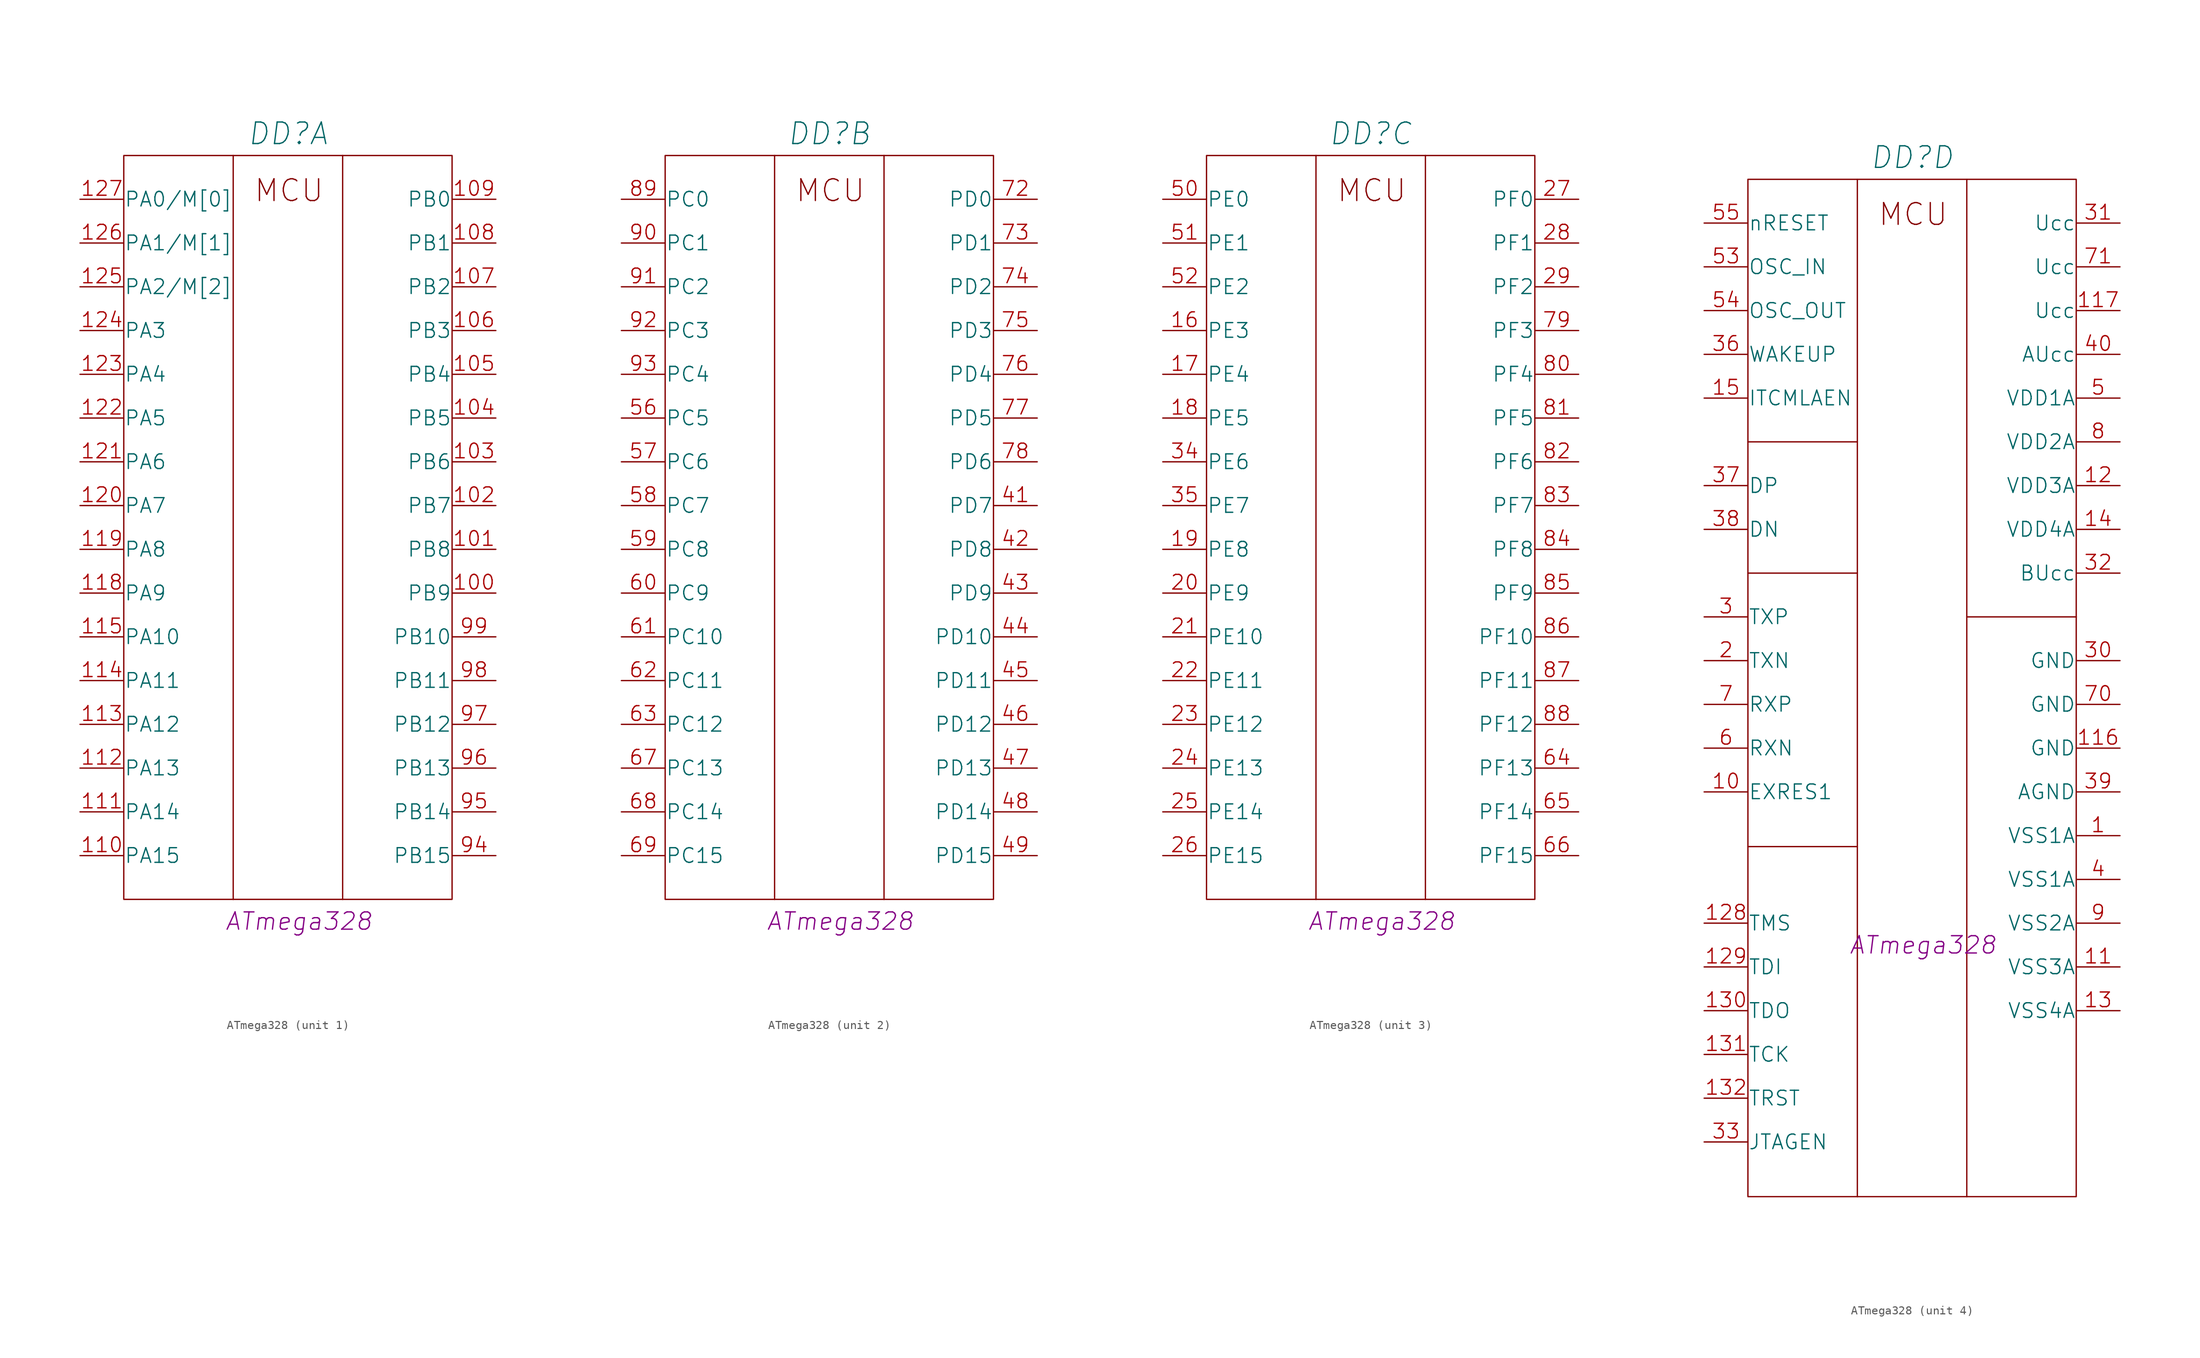
<source format=kicad_sym>
(kicad_symbol_lib
  (version 20201005)
  (generator kicad_symbol_editor)
  (symbol "power_modules:ATmega328"
    (pin_names
      (offset 0.025))
    (property "Reference" "DD"
      (at 24.13 7.62 0)
      (effects (font (size 2.501 2.501) italic)))
    (property "ValueName" "ATmega328"
      (at 25.4 -83.82 0)
      (effects (font (size 2.007 2.007) italic)))
    (property "ki_locked" ""
      (at 0 0 0)
      (effects (font (size 1.27 1.27))))
    (symbol "ATmega328_0_0"
      (text "MCU" (at 24.257 1.016 0) (effects (font (size 2.527 2.527)))))
    (symbol "ATmega328_1_1"
      (rectangle (start 5.08 -81.28) (end 43.18 5.08) (stroke (width 0)) (fill (type none)))
      (polyline (pts (xy 30.48 5.08) (xy 30.48 -81.28)) (stroke (width 0)) (fill (type none)))
      (polyline (pts (xy 17.78 5.08) (xy 17.78 -17.78) (xy 17.78 -74.93) (xy 17.78 -81.28)) (stroke (width 0)) (fill (type none)))
      (pin bidirectional line (at 48.26 -45.72 180) (length 5.08) (name "PB9" (effects (font (size 1.702 1.702)))) (number "100" (effects (font (size 1.702 1.702)))))
      (pin bidirectional line (at 48.26 -40.64 180) (length 5.08) (name "PB8" (effects (font (size 1.702 1.702)))) (number "101" (effects (font (size 1.702 1.702)))))
      (pin bidirectional line (at 48.26 -35.56 180) (length 5.08) (name "PB7" (effects (font (size 1.702 1.702)))) (number "102" (effects (font (size 1.702 1.702)))))
      (pin bidirectional line (at 48.26 -30.48 180) (length 5.08) (name "PB6" (effects (font (size 1.702 1.702)))) (number "103" (effects (font (size 1.702 1.702)))))
      (pin bidirectional line (at 48.26 -25.4 180) (length 5.08) (name "PB5" (effects (font (size 1.702 1.702)))) (number "104" (effects (font (size 1.702 1.702)))))
      (pin bidirectional line (at 48.26 -20.32 180) (length 5.08) (name "PB4" (effects (font (size 1.702 1.702)))) (number "105" (effects (font (size 1.702 1.702)))))
      (pin bidirectional line (at 48.26 -15.24 180) (length 5.08) (name "PB3" (effects (font (size 1.702 1.702)))) (number "106" (effects (font (size 1.702 1.702)))))
      (pin bidirectional line (at 48.26 -10.16 180) (length 5.08) (name "PB2" (effects (font (size 1.702 1.702)))) (number "107" (effects (font (size 1.702 1.702)))))
      (pin bidirectional line (at 48.26 -5.08 180) (length 5.08) (name "PB1" (effects (font (size 1.702 1.702)))) (number "108" (effects (font (size 1.702 1.702)))))
      (pin bidirectional line (at 48.26 0 180) (length 5.08) (name "PB0" (effects (font (size 1.702 1.702)))) (number "109" (effects (font (size 1.702 1.702)))))
      (pin bidirectional line (at 0 -76.2 0) (length 5.08) (name "PA15" (effects (font (size 1.702 1.702)))) (number "110" (effects (font (size 1.702 1.702)))))
      (pin bidirectional line (at 0 -71.12 0) (length 5.08) (name "PA14" (effects (font (size 1.702 1.702)))) (number "111" (effects (font (size 1.702 1.702)))))
      (pin bidirectional line (at 0 -66.04 0) (length 5.08) (name "PA13" (effects (font (size 1.702 1.702)))) (number "112" (effects (font (size 1.702 1.702)))))
      (pin bidirectional line (at 0 -60.96 0) (length 5.08) (name "PA12" (effects (font (size 1.702 1.702)))) (number "113" (effects (font (size 1.702 1.702)))))
      (pin bidirectional line (at 0 -55.88 0) (length 5.08) (name "PA11" (effects (font (size 1.702 1.702)))) (number "114" (effects (font (size 1.702 1.702)))))
      (pin bidirectional line (at 0 -50.8 0) (length 5.08) (name "PA10" (effects (font (size 1.702 1.702)))) (number "115" (effects (font (size 1.702 1.702)))))
      (pin bidirectional line (at 0 -45.72 0) (length 5.08) (name "PA9" (effects (font (size 1.702 1.702)))) (number "118" (effects (font (size 1.702 1.702)))))
      (pin bidirectional line (at 0 -40.64 0) (length 5.08) (name "PA8" (effects (font (size 1.702 1.702)))) (number "119" (effects (font (size 1.702 1.702)))))
      (pin bidirectional line (at 0 -35.56 0) (length 5.08) (name "PA7" (effects (font (size 1.702 1.702)))) (number "120" (effects (font (size 1.702 1.702)))))
      (pin bidirectional line (at 0 -30.48 0) (length 5.08) (name "PA6" (effects (font (size 1.702 1.702)))) (number "121" (effects (font (size 1.702 1.702)))))
      (pin bidirectional line (at 0 -25.4 0) (length 5.08) (name "PA5" (effects (font (size 1.702 1.702)))) (number "122" (effects (font (size 1.702 1.702)))))
      (pin bidirectional line (at 0 -20.32 0) (length 5.08) (name "PA4" (effects (font (size 1.702 1.702)))) (number "123" (effects (font (size 1.702 1.702)))))
      (pin bidirectional line (at 0 -15.24 0) (length 5.08) (name "PA3" (effects (font (size 1.702 1.702)))) (number "124" (effects (font (size 1.702 1.702)))))
      (pin bidirectional line (at 0 -10.16 0) (length 5.08) (name "PA2/M[2]" (effects (font (size 1.702 1.702)))) (number "125" (effects (font (size 1.702 1.702)))))
      (pin bidirectional line (at 0 -5.08 0) (length 5.08) (name "PA1/M[1]" (effects (font (size 1.702 1.702)))) (number "126" (effects (font (size 1.702 1.702)))))
      (pin bidirectional line (at 0 0 0) (length 5.08) (name "PA0/M[0]" (effects (font (size 1.702 1.702)))) (number "127" (effects (font (size 1.702 1.702)))))
      (pin bidirectional line (at 48.26 -76.2 180) (length 5.08) (name "PB15" (effects (font (size 1.702 1.702)))) (number "94" (effects (font (size 1.702 1.702)))))
      (pin bidirectional line (at 48.26 -71.12 180) (length 5.08) (name "PB14" (effects (font (size 1.702 1.702)))) (number "95" (effects (font (size 1.702 1.702)))))
      (pin bidirectional line (at 48.26 -66.04 180) (length 5.08) (name "PB13" (effects (font (size 1.702 1.702)))) (number "96" (effects (font (size 1.702 1.702)))))
      (pin bidirectional line (at 48.26 -60.96 180) (length 5.08) (name "PB12" (effects (font (size 1.702 1.702)))) (number "97" (effects (font (size 1.702 1.702)))))
      (pin bidirectional line (at 48.26 -55.88 180) (length 5.08) (name "PB11" (effects (font (size 1.702 1.702)))) (number "98" (effects (font (size 1.702 1.702)))))
      (pin bidirectional line (at 48.26 -50.8 180) (length 5.08) (name "PB10" (effects (font (size 1.702 1.702)))) (number "99" (effects (font (size 1.702 1.702))))))
    (symbol "ATmega328_2_1"
      (rectangle (start 5.08 -81.28) (end 43.18 5.08) (stroke (width 0)) (fill (type none)))
      (polyline (pts (xy 30.48 5.08) (xy 30.48 -81.28)) (stroke (width 0)) (fill (type none)))
      (polyline (pts (xy 17.78 5.08) (xy 17.78 -74.93) (xy 17.78 -81.28)) (stroke (width 0)) (fill (type none)))
      (pin bidirectional line (at 48.26 -35.56 180) (length 5.08) (name "PD7" (effects (font (size 1.702 1.702)))) (number "41" (effects (font (size 1.702 1.702)))))
      (pin bidirectional line (at 48.26 -40.64 180) (length 5.08) (name "PD8" (effects (font (size 1.702 1.702)))) (number "42" (effects (font (size 1.702 1.702)))))
      (pin bidirectional line (at 48.26 -45.72 180) (length 5.08) (name "PD9" (effects (font (size 1.702 1.702)))) (number "43" (effects (font (size 1.702 1.702)))))
      (pin bidirectional line (at 48.26 -50.8 180) (length 5.08) (name "PD10" (effects (font (size 1.702 1.702)))) (number "44" (effects (font (size 1.702 1.702)))))
      (pin bidirectional line (at 48.26 -55.88 180) (length 5.08) (name "PD11" (effects (font (size 1.702 1.702)))) (number "45" (effects (font (size 1.702 1.702)))))
      (pin bidirectional line (at 48.26 -60.96 180) (length 5.08) (name "PD12" (effects (font (size 1.702 1.702)))) (number "46" (effects (font (size 1.702 1.702)))))
      (pin bidirectional line (at 48.26 -66.04 180) (length 5.08) (name "PD13" (effects (font (size 1.702 1.702)))) (number "47" (effects (font (size 1.702 1.702)))))
      (pin bidirectional line (at 48.26 -71.12 180) (length 5.08) (name "PD14" (effects (font (size 1.702 1.702)))) (number "48" (effects (font (size 1.702 1.702)))))
      (pin bidirectional line (at 48.26 -76.2 180) (length 5.08) (name "PD15" (effects (font (size 1.702 1.702)))) (number "49" (effects (font (size 1.702 1.702)))))
      (pin bidirectional line (at 0 -25.4 0) (length 5.08) (name "PC5" (effects (font (size 1.702 1.702)))) (number "56" (effects (font (size 1.702 1.702)))))
      (pin bidirectional line (at 0 -30.48 0) (length 5.08) (name "PC6" (effects (font (size 1.702 1.702)))) (number "57" (effects (font (size 1.702 1.702)))))
      (pin bidirectional line (at 0 -35.56 0) (length 5.08) (name "PC7" (effects (font (size 1.702 1.702)))) (number "58" (effects (font (size 1.702 1.702)))))
      (pin bidirectional line (at 0 -40.64 0) (length 5.08) (name "PC8" (effects (font (size 1.702 1.702)))) (number "59" (effects (font (size 1.702 1.702)))))
      (pin bidirectional line (at 0 -45.72 0) (length 5.08) (name "PC9" (effects (font (size 1.702 1.702)))) (number "60" (effects (font (size 1.702 1.702)))))
      (pin bidirectional line (at 0 -50.8 0) (length 5.08) (name "PC10" (effects (font (size 1.702 1.702)))) (number "61" (effects (font (size 1.702 1.702)))))
      (pin bidirectional line (at 0 -55.88 0) (length 5.08) (name "PC11" (effects (font (size 1.702 1.702)))) (number "62" (effects (font (size 1.702 1.702)))))
      (pin bidirectional line (at 0 -60.96 0) (length 5.08) (name "PC12" (effects (font (size 1.702 1.702)))) (number "63" (effects (font (size 1.702 1.702)))))
      (pin bidirectional line (at 0 -66.04 0) (length 5.08) (name "PC13" (effects (font (size 1.702 1.702)))) (number "67" (effects (font (size 1.702 1.702)))))
      (pin bidirectional line (at 0 -71.12 0) (length 5.08) (name "PC14" (effects (font (size 1.702 1.702)))) (number "68" (effects (font (size 1.702 1.702)))))
      (pin bidirectional line (at 0 -76.2 0) (length 5.08) (name "PC15" (effects (font (size 1.702 1.702)))) (number "69" (effects (font (size 1.702 1.702)))))
      (pin bidirectional line (at 48.26 0 180) (length 5.08) (name "PD0" (effects (font (size 1.702 1.702)))) (number "72" (effects (font (size 1.702 1.702)))))
      (pin bidirectional line (at 48.26 -5.08 180) (length 5.08) (name "PD1" (effects (font (size 1.702 1.702)))) (number "73" (effects (font (size 1.702 1.702)))))
      (pin bidirectional line (at 48.26 -10.16 180) (length 5.08) (name "PD2" (effects (font (size 1.702 1.702)))) (number "74" (effects (font (size 1.702 1.702)))))
      (pin bidirectional line (at 48.26 -15.24 180) (length 5.08) (name "PD3" (effects (font (size 1.702 1.702)))) (number "75" (effects (font (size 1.702 1.702)))))
      (pin bidirectional line (at 48.26 -20.32 180) (length 5.08) (name "PD4" (effects (font (size 1.702 1.702)))) (number "76" (effects (font (size 1.702 1.702)))))
      (pin bidirectional line (at 48.26 -25.4 180) (length 5.08) (name "PD5" (effects (font (size 1.702 1.702)))) (number "77" (effects (font (size 1.702 1.702)))))
      (pin bidirectional line (at 48.26 -30.48 180) (length 5.08) (name "PD6" (effects (font (size 1.702 1.702)))) (number "78" (effects (font (size 1.702 1.702)))))
      (pin bidirectional line (at 0 0 0) (length 5.08) (name "PC0" (effects (font (size 1.702 1.702)))) (number "89" (effects (font (size 1.702 1.702)))))
      (pin bidirectional line (at 0 -5.08 0) (length 5.08) (name "PC1" (effects (font (size 1.702 1.702)))) (number "90" (effects (font (size 1.702 1.702)))))
      (pin bidirectional line (at 0 -10.16 0) (length 5.08) (name "PC2" (effects (font (size 1.702 1.702)))) (number "91" (effects (font (size 1.702 1.702)))))
      (pin bidirectional line (at 0 -15.24 0) (length 5.08) (name "PC3" (effects (font (size 1.702 1.702)))) (number "92" (effects (font (size 1.702 1.702)))))
      (pin bidirectional line (at 0 -20.32 0) (length 5.08) (name "PC4" (effects (font (size 1.702 1.702)))) (number "93" (effects (font (size 1.702 1.702))))))
    (symbol "ATmega328_3_1"
      (rectangle (start 5.08 -81.28) (end 43.18 5.08) (stroke (width 0)) (fill (type none)))
      (polyline (pts (xy 30.48 5.08) (xy 30.48 -81.28)) (stroke (width 0)) (fill (type none)))
      (polyline (pts (xy 17.78 5.08) (xy 17.78 -55.88) (xy 17.78 -81.28)) (stroke (width 0)) (fill (type none)))
      (pin bidirectional line (at 0 -15.24 0) (length 5.08) (name "PE3" (effects (font (size 1.702 1.702)))) (number "16" (effects (font (size 1.702 1.702)))))
      (pin bidirectional line (at 0 -20.32 0) (length 5.08) (name "PE4" (effects (font (size 1.702 1.702)))) (number "17" (effects (font (size 1.702 1.702)))))
      (pin bidirectional line (at 0 -25.4 0) (length 5.08) (name "PE5" (effects (font (size 1.702 1.702)))) (number "18" (effects (font (size 1.702 1.702)))))
      (pin bidirectional line (at 0 -40.64 0) (length 5.08) (name "PE8" (effects (font (size 1.702 1.702)))) (number "19" (effects (font (size 1.702 1.702)))))
      (pin bidirectional line (at 0 -45.72 0) (length 5.08) (name "PE9" (effects (font (size 1.702 1.702)))) (number "20" (effects (font (size 1.702 1.702)))))
      (pin bidirectional line (at 0 -50.8 0) (length 5.08) (name "PE10" (effects (font (size 1.702 1.702)))) (number "21" (effects (font (size 1.702 1.702)))))
      (pin bidirectional line (at 0 -55.88 0) (length 5.08) (name "PE11" (effects (font (size 1.702 1.702)))) (number "22" (effects (font (size 1.702 1.702)))))
      (pin bidirectional line (at 0 -60.96 0) (length 5.08) (name "PE12" (effects (font (size 1.702 1.702)))) (number "23" (effects (font (size 1.702 1.702)))))
      (pin bidirectional line (at 0 -66.04 0) (length 5.08) (name "PE13" (effects (font (size 1.702 1.702)))) (number "24" (effects (font (size 1.702 1.702)))))
      (pin bidirectional line (at 0 -71.12 0) (length 5.08) (name "PE14" (effects (font (size 1.702 1.702)))) (number "25" (effects (font (size 1.702 1.702)))))
      (pin bidirectional line (at 0 -76.2 0) (length 5.08) (name "PE15" (effects (font (size 1.702 1.702)))) (number "26" (effects (font (size 1.702 1.702)))))
      (pin bidirectional line (at 48.26 0 180) (length 5.08) (name "PF0" (effects (font (size 1.702 1.702)))) (number "27" (effects (font (size 1.702 1.702)))))
      (pin bidirectional line (at 48.26 -5.08 180) (length 5.08) (name "PF1" (effects (font (size 1.702 1.702)))) (number "28" (effects (font (size 1.702 1.702)))))
      (pin bidirectional line (at 48.26 -10.16 180) (length 5.08) (name "PF2" (effects (font (size 1.702 1.702)))) (number "29" (effects (font (size 1.702 1.702)))))
      (pin bidirectional line (at 0 -30.48 0) (length 5.08) (name "PE6" (effects (font (size 1.702 1.702)))) (number "34" (effects (font (size 1.702 1.702)))))
      (pin bidirectional line (at 0 -35.56 0) (length 5.08) (name "PE7" (effects (font (size 1.702 1.702)))) (number "35" (effects (font (size 1.702 1.702)))))
      (pin bidirectional line (at 0 0 0) (length 5.08) (name "PE0" (effects (font (size 1.702 1.702)))) (number "50" (effects (font (size 1.702 1.702)))))
      (pin bidirectional line (at 0 -5.08 0) (length 5.08) (name "PE1" (effects (font (size 1.702 1.702)))) (number "51" (effects (font (size 1.702 1.702)))))
      (pin bidirectional line (at 0 -10.16 0) (length 5.08) (name "PE2" (effects (font (size 1.702 1.702)))) (number "52" (effects (font (size 1.702 1.702)))))
      (pin bidirectional line (at 48.26 -66.04 180) (length 5.08) (name "PF13" (effects (font (size 1.702 1.702)))) (number "64" (effects (font (size 1.702 1.702)))))
      (pin bidirectional line (at 48.26 -71.12 180) (length 5.08) (name "PF14" (effects (font (size 1.702 1.702)))) (number "65" (effects (font (size 1.702 1.702)))))
      (pin bidirectional line (at 48.26 -76.2 180) (length 5.08) (name "PF15" (effects (font (size 1.702 1.702)))) (number "66" (effects (font (size 1.702 1.702)))))
      (pin bidirectional line (at 48.26 -15.24 180) (length 5.08) (name "PF3" (effects (font (size 1.702 1.702)))) (number "79" (effects (font (size 1.702 1.702)))))
      (pin bidirectional line (at 48.26 -20.32 180) (length 5.08) (name "PF4" (effects (font (size 1.702 1.702)))) (number "80" (effects (font (size 1.702 1.702)))))
      (pin bidirectional line (at 48.26 -25.4 180) (length 5.08) (name "PF5" (effects (font (size 1.702 1.702)))) (number "81" (effects (font (size 1.702 1.702)))))
      (pin bidirectional line (at 48.26 -30.48 180) (length 5.08) (name "PF6" (effects (font (size 1.702 1.702)))) (number "82" (effects (font (size 1.702 1.702)))))
      (pin bidirectional line (at 48.26 -35.56 180) (length 5.08) (name "PF7" (effects (font (size 1.702 1.702)))) (number "83" (effects (font (size 1.702 1.702)))))
      (pin bidirectional line (at 48.26 -40.64 180) (length 5.08) (name "PF8" (effects (font (size 1.702 1.702)))) (number "84" (effects (font (size 1.702 1.702)))))
      (pin bidirectional line (at 48.26 -45.72 180) (length 5.08) (name "PF9" (effects (font (size 1.702 1.702)))) (number "85" (effects (font (size 1.702 1.702)))))
      (pin bidirectional line (at 48.26 -50.8 180) (length 5.08) (name "PF10" (effects (font (size 1.702 1.702)))) (number "86" (effects (font (size 1.702 1.702)))))
      (pin bidirectional line (at 48.26 -55.88 180) (length 5.08) (name "PF11" (effects (font (size 1.702 1.702)))) (number "87" (effects (font (size 1.702 1.702)))))
      (pin bidirectional line (at 48.26 -60.96 180) (length 5.08) (name "PF12" (effects (font (size 1.702 1.702)))) (number "88" (effects (font (size 1.702 1.702))))))
    (symbol "ATmega328_4_1"
      (rectangle (start 5.08 -113.03) (end 43.18 5.08) (stroke (width 0)) (fill (type none)))
      (polyline (pts (xy 5.08 -72.39) (xy 17.78 -72.39)) (stroke (width 0)) (fill (type none)))
      (polyline (pts (xy 5.08 -40.64) (xy 17.78 -40.64)) (stroke (width 0)) (fill (type none)))
      (polyline (pts (xy 5.08 -25.4) (xy 17.78 -25.4)) (stroke (width 0)) (fill (type none)))
      (polyline (pts (xy 30.48 -45.72) (xy 43.18 -45.72)) (stroke (width 0)) (fill (type none)))
      (polyline (pts (xy 30.48 5.08) (xy 30.48 -113.03)) (stroke (width 0)) (fill (type none)))
      (polyline (pts (xy 17.78 5.08) (xy 17.78 -67.31) (xy 17.78 -113.03)) (stroke (width 0)) (fill (type none)))
      (pin power_in line (at 48.26 -71.12 180) (length 5.08) (name "VSS1A" (effects (font (size 1.702 1.702)))) (number "1" (effects (font (size 1.702 1.702)))))
      (pin bidirectional line (at 0 -66.04 0) (length 5.08) (name "EXRES1" (effects (font (size 1.702 1.702)))) (number "10" (effects (font (size 1.702 1.702)))))
      (pin power_in line (at 48.26 -86.36 180) (length 5.08) (name "VSS3A" (effects (font (size 1.702 1.702)))) (number "11" (effects (font (size 1.702 1.702)))))
      (pin power_in line (at 48.26 -60.96 180) (length 5.08) (name "GND" (effects (font (size 1.702 1.702)))) (number "116" (effects (font (size 1.702 1.702)))))
      (pin power_in line (at 48.26 -10.16 180) (length 5.08) (name "Ucc" (effects (font (size 1.702 1.702)))) (number "117" (effects (font (size 1.702 1.702)))))
      (pin power_in line (at 48.26 -30.48 180) (length 5.08) (name "VDD3A" (effects (font (size 1.702 1.702)))) (number "12" (effects (font (size 1.702 1.702)))))
      (pin bidirectional line (at 0 -81.28 0) (length 5.08) (name "TMS" (effects (font (size 1.702 1.702)))) (number "128" (effects (font (size 1.702 1.702)))))
      (pin bidirectional line (at 0 -86.36 0) (length 5.08) (name "TDI" (effects (font (size 1.702 1.702)))) (number "129" (effects (font (size 1.702 1.702)))))
      (pin power_out line (at 48.26 -91.44 180) (length 5.08) (name "VSS4A" (effects (font (size 1.702 1.702)))) (number "13" (effects (font (size 1.702 1.702)))))
      (pin bidirectional line (at 0 -91.44 0) (length 5.08) (name "TDO" (effects (font (size 1.702 1.702)))) (number "130" (effects (font (size 1.702 1.702)))))
      (pin bidirectional line (at 0 -96.52 0) (length 5.08) (name "TCK" (effects (font (size 1.702 1.702)))) (number "131" (effects (font (size 1.702 1.702)))))
      (pin bidirectional line (at 0 -101.6 0) (length 5.08) (name "TRST" (effects (font (size 1.702 1.702)))) (number "132" (effects (font (size 1.702 1.702)))))
      (pin power_in line (at 48.26 -35.56 180) (length 5.08) (name "VDD4A" (effects (font (size 1.702 1.702)))) (number "14" (effects (font (size 1.702 1.702)))))
      (pin bidirectional line (at 0 -20.32 0) (length 5.08) (name "ITCMLAEN" (effects (font (size 1.702 1.702)))) (number "15" (effects (font (size 1.702 1.702)))))
      (pin bidirectional line (at 0 -50.8 0) (length 5.08) (name "TXN" (effects (font (size 1.702 1.702)))) (number "2" (effects (font (size 1.702 1.702)))))
      (pin bidirectional line (at 0 -45.72 0) (length 5.08) (name "TXP" (effects (font (size 1.702 1.702)))) (number "3" (effects (font (size 1.702 1.702)))))
      (pin power_in line (at 48.26 -50.8 180) (length 5.08) (name "GND" (effects (font (size 1.702 1.702)))) (number "30" (effects (font (size 1.702 1.702)))))
      (pin power_in line (at 48.26 0 180) (length 5.08) (name "Ucc" (effects (font (size 1.702 1.702)))) (number "31" (effects (font (size 1.702 1.702)))))
      (pin power_in line (at 48.26 -40.64 180) (length 5.08) (name "BUcc" (effects (font (size 1.702 1.702)))) (number "32" (effects (font (size 1.702 1.702)))))
      (pin bidirectional line (at 0 -106.68 0) (length 5.08) (name "JTAGEN" (effects (font (size 1.702 1.702)))) (number "33" (effects (font (size 1.702 1.702)))))
      (pin bidirectional line (at 0 -15.24 0) (length 5.08) (name "WAKEUP" (effects (font (size 1.702 1.702)))) (number "36" (effects (font (size 1.702 1.702)))))
      (pin bidirectional line (at 0 -30.48 0) (length 5.08) (name "DP" (effects (font (size 1.702 1.702)))) (number "37" (effects (font (size 1.702 1.702)))))
      (pin bidirectional line (at 0 -35.56 0) (length 5.08) (name "DN" (effects (font (size 1.702 1.702)))) (number "38" (effects (font (size 1.702 1.702)))))
      (pin power_in line (at 48.26 -66.04 180) (length 5.08) (name "AGND" (effects (font (size 1.702 1.702)))) (number "39" (effects (font (size 1.702 1.702)))))
      (pin power_in line (at 48.26 -76.2 180) (length 5.08) (name "VSS1A" (effects (font (size 1.702 1.702)))) (number "4" (effects (font (size 1.702 1.702)))))
      (pin power_in line (at 48.26 -15.24 180) (length 5.08) (name "AUcc" (effects (font (size 1.702 1.702)))) (number "40" (effects (font (size 1.702 1.702)))))
      (pin power_in line (at 48.26 -20.32 180) (length 5.08) (name "VDD1A" (effects (font (size 1.702 1.702)))) (number "5" (effects (font (size 1.702 1.702)))))
      (pin bidirectional line (at 0 -5.08 0) (length 5.08) (name "OSC_IN" (effects (font (size 1.702 1.702)))) (number "53" (effects (font (size 1.702 1.702)))))
      (pin bidirectional line (at 0 -10.16 0) (length 5.08) (name "OSC_OUT" (effects (font (size 1.702 1.702)))) (number "54" (effects (font (size 1.702 1.702)))))
      (pin bidirectional line (at 0 0 0) (length 5.08) (name "nRESET" (effects (font (size 1.702 1.702)))) (number "55" (effects (font (size 1.702 1.702)))))
      (pin bidirectional line (at 0 -60.96 0) (length 5.08) (name "RXN" (effects (font (size 1.702 1.702)))) (number "6" (effects (font (size 1.702 1.702)))))
      (pin bidirectional line (at 0 -55.88 0) (length 5.08) (name "RXP" (effects (font (size 1.702 1.702)))) (number "7" (effects (font (size 1.702 1.702)))))
      (pin power_in line (at 48.26 -55.88 180) (length 5.08) (name "GND" (effects (font (size 1.702 1.702)))) (number "70" (effects (font (size 1.702 1.702)))))
      (pin power_in line (at 48.26 -5.08 180) (length 5.08) (name "Ucc" (effects (font (size 1.702 1.702)))) (number "71" (effects (font (size 1.702 1.702)))))
      (pin power_in line (at 48.26 -25.4 180) (length 5.08) (name "VDD2A" (effects (font (size 1.702 1.702)))) (number "8" (effects (font (size 1.702 1.702)))))
      (pin power_in line (at 48.26 -81.28 180) (length 5.08) (name "VSS2A" (effects (font (size 1.702 1.702)))) (number "9" (effects (font (size 1.702 1.702))))))))
</source>
